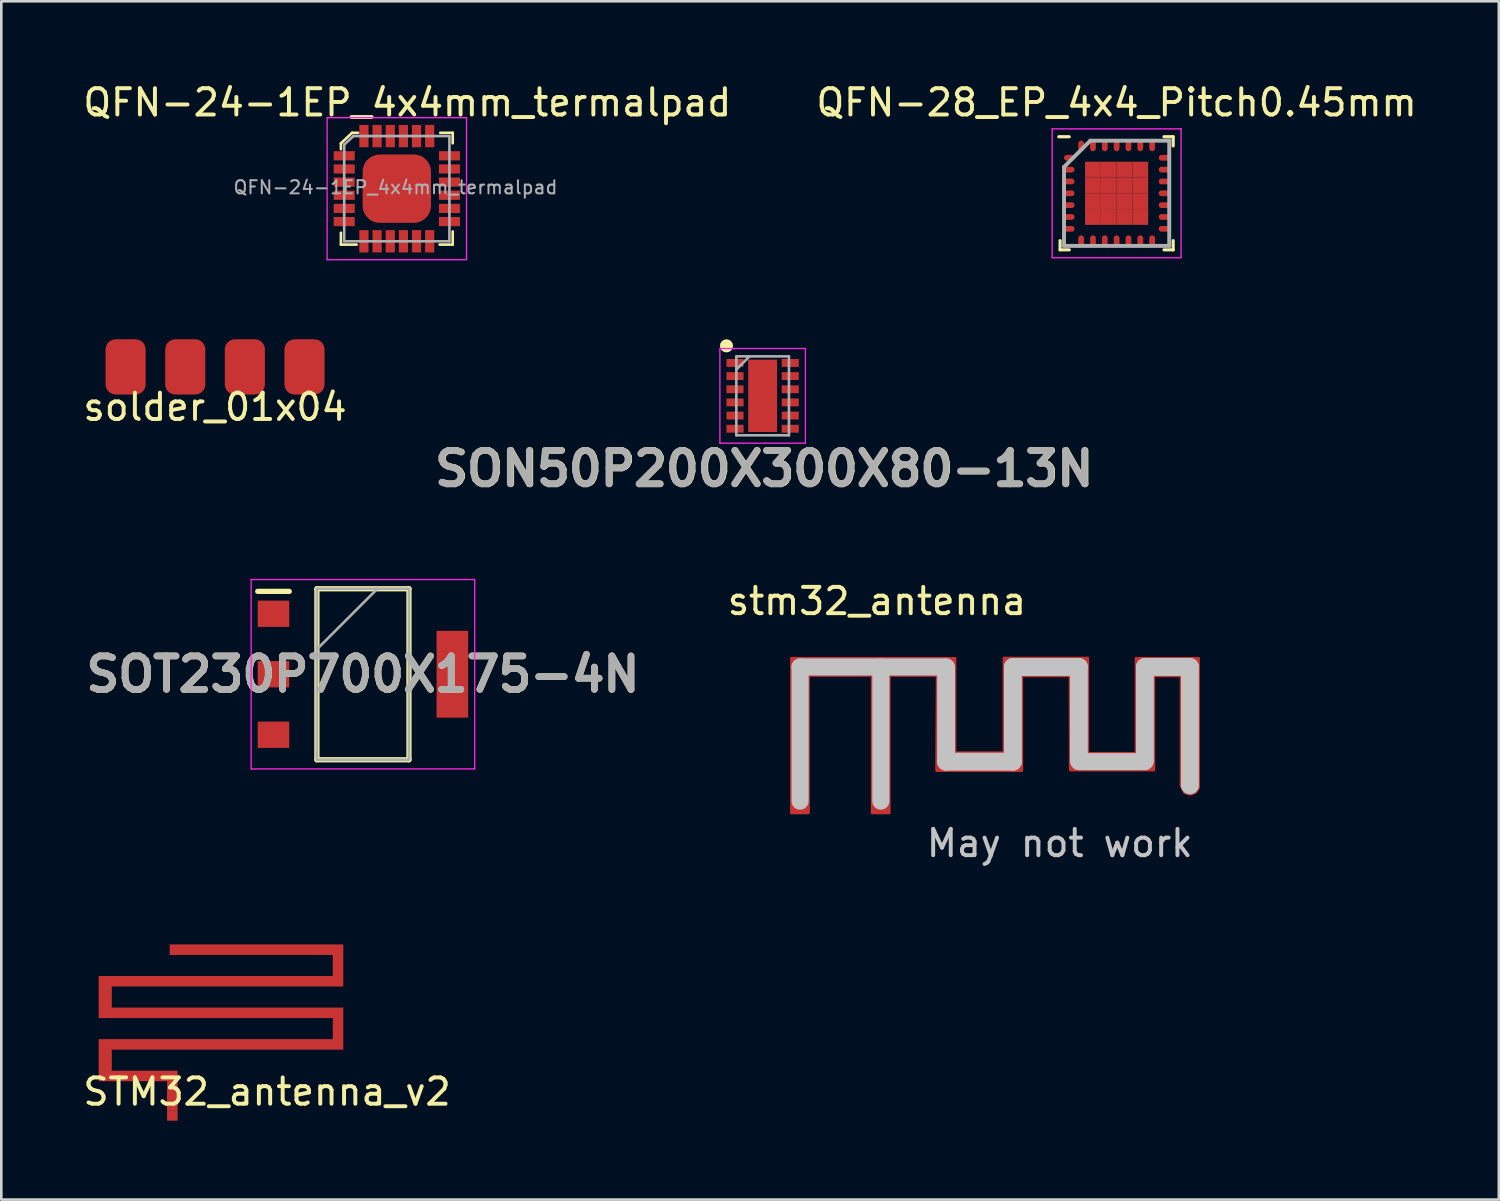
<source format=kicad_pcb>
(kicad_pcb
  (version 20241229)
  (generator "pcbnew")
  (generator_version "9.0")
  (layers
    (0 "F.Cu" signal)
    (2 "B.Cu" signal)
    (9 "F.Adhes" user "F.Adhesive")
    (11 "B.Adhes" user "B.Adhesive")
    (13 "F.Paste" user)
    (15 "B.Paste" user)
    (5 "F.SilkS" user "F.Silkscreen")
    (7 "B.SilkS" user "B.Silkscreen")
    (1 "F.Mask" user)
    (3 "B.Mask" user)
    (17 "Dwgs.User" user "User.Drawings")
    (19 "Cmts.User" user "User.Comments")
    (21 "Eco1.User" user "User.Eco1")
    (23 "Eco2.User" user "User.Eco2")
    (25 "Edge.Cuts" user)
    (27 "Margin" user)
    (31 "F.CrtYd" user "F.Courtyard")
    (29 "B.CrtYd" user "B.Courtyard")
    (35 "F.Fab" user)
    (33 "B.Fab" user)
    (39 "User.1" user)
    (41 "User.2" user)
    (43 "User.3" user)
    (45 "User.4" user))
  (footprint "STM32_antenna_v2"
    (layer "F.Cu")
    (at 3.501 39.153)
    (property "Reference" "STM32_antenna_v2" (at 3.6 -0.7 0) (layer "F.SilkS") (effects (font (size 1 1) (thickness 0.15))))
    (attr exclude_from_pos_files exclude_from_bom)
    (fp_poly (pts (xy 6.5 -4.7) (xy -2.3 -4.7) (xy -2.3 -3.9) (xy 6.5 -3.9) (xy 6.5 -2.3) (xy -2.3 -2.3) (xy -2.3 -1.5) (xy 0.2 -1.5) (xy 0.2 0) (xy -0.2 0) (xy -0.2 -1.1) (xy -2.8 -1.1) (xy -2.8 -2.7) (xy 6.1 -2.7) (xy 6.1 -3.5) (xy -2.8 -3.5) (xy -2.8 -5.1) (xy 6.1 -5.1) (xy 6.1 -5.9) (xy -0.1 -5.9) (xy -0.1 -6.3) (xy 6.5 -6.3)) (stroke (width 0) (type solid)) (fill yes) (layer "F.Cu"))
    (pad "1" smd rect (at 0 0.2) (size 0.4 0.4) (layers "F.Cu")))
  (footprint "stm32_antenna"
    (layer "F.Cu")
    (at 30.435 27.405)
    (property "Reference" "stm32_antenna" (at -0.15 -7.6 0) (layer "F.SilkS") (effects (font (size 1 1) (thickness 0.15))))
    (attr through_hole)
    (fp_poly (pts (xy 7.87 -1.82) (xy 9.7 -1.82) (xy 9.7 -5.43) (xy 12.08 -5.43) (xy 12.08 -0.5) (xy 11.96 -0.33) (xy 11.76 -0.26) (xy 11.55 -0.32) (xy 11.41 -0.59) (xy 11.41 -4.76) (xy 10.38 -4.76) (xy 10.38 -1.18) (xy 7.2 -1.18) (xy 7.19 -4.76) (xy 5.36 -4.76) (xy 5.36 -1.16) (xy 2.12 -1.16) (xy 2.14 -4.78) (xy 0.32 -4.78) (xy 0.32 0.45) (xy -0.33 0.45) (xy -0.33 -4.78) (xy -2.75 -4.78) (xy -2.75 0.45) (xy -3.4 0.45) (xy -3.4 -5.43) (xy 2.82 -5.43) (xy 2.82 -1.84) (xy 4.68 -1.84) (xy 4.68 -5.44) (xy 7.87 -5.44)) (stroke (width 0.1) (type solid)) (fill yes) (layer "F.Cu"))
    (fp_line (start -3.07 -5.1) (end 2.48 -5.1) (stroke (width 0.65) (type solid)) (layer "Dwgs.User"))
    (fp_line (start -3.07 0) (end -3.07 -5.1) (stroke (width 0.65) (type solid)) (layer "Dwgs.User"))
    (fp_line (start 0 0) (end 0 -5.1) (stroke (width 0.65) (type solid)) (layer "Dwgs.User"))
    (fp_line (start 2.48 -5.08) (end 2.48 -1.5) (stroke (width 0.68) (type solid)) (layer "Dwgs.User"))
    (fp_line (start 2.48 -1.5) (end 5.02 -1.5) (stroke (width 0.68) (type solid)) (layer "Dwgs.User"))
    (fp_line (start 5.02 -5.1) (end 7.53 -5.1) (stroke (width 0.68) (type solid)) (layer "Dwgs.User"))
    (fp_line (start 5.02 -1.5) (end 5.02 -5.1) (stroke (width 0.68) (type solid)) (layer "Dwgs.User"))
    (fp_line (start 7.53 -5.1) (end 7.53 -1.55) (stroke (width 0.68) (type solid)) (layer "Dwgs.User"))
    (fp_line (start 7.53 -1.5) (end 10.04 -1.5) (stroke (width 0.65) (type solid)) (layer "Dwgs.User"))
    (fp_line (start 10.04 -5.1) (end 11.75 -5.1) (stroke (width 0.68) (type solid)) (layer "Dwgs.User"))
    (fp_line (start 10.04 -1.55) (end 10.04 -5.1) (stroke (width 0.68) (type solid)) (layer "Dwgs.User"))
    (fp_line (start 11.75 -5.1) (end 11.75 -0.6) (stroke (width 0.68) (type solid)) (layer "Dwgs.User"))
    (fp_text user "May not work" (at 6.8 1.6 0) (layer "Dwgs.User") (effects (font (size 1 1) (thickness 0.15))))
    (pad "1" smd rect (at 0 0.1) (size 0.65 0.7) (layers "F.Cu" "F.Mask" "F.Paste"))
    (pad "2" smd rect (at -3.07 0.1) (size 0.65 0.7) (layers "F.Cu" "F.Mask" "F.Paste")))
  (footprint "SOT230P700X175-4N"
    (layer "F.Cu")
    (at 10.747 22.582)
    (property "Reference" "SOT230P700X175-4N" (at 0 0 0) (layer "F.SilkS") (effects (font (size 1.27 1.27) (thickness 0.254))))
    (attr smd)
    (fp_line (start -4 -3.15) (end -2.8 -3.15) (stroke (width 0.2) (type solid)) (layer "F.SilkS"))
    (fp_line (start -1.75 -3.25) (end 1.75 -3.25) (stroke (width 0.2) (type solid)) (layer "F.SilkS"))
    (fp_line (start -1.75 3.25) (end -1.75 -3.25) (stroke (width 0.2) (type solid)) (layer "F.SilkS"))
    (fp_line (start 1.75 -3.25) (end 1.75 3.25) (stroke (width 0.2) (type solid)) (layer "F.SilkS"))
    (fp_line (start 1.75 3.25) (end -1.75 3.25) (stroke (width 0.2) (type solid)) (layer "F.SilkS"))
    (fp_line (start -4.25 -3.6) (end 4.25 -3.6) (stroke (width 0.05) (type solid)) (layer "F.CrtYd"))
    (fp_line (start -4.25 3.6) (end -4.25 -3.6) (stroke (width 0.05) (type solid)) (layer "F.CrtYd"))
    (fp_line (start 4.25 -3.6) (end 4.25 3.6) (stroke (width 0.05) (type solid)) (layer "F.CrtYd"))
    (fp_line (start 4.25 3.6) (end -4.25 3.6) (stroke (width 0.05) (type solid)) (layer "F.CrtYd"))
    (fp_line (start -1.75 -3.25) (end 1.75 -3.25) (stroke (width 0.1) (type solid)) (layer "F.Fab"))
    (fp_line (start -1.75 -0.95) (end 0.55 -3.25) (stroke (width 0.1) (type solid)) (layer "F.Fab"))
    (fp_line (start -1.75 3.25) (end -1.75 -3.25) (stroke (width 0.1) (type solid)) (layer "F.Fab"))
    (fp_line (start 1.75 -3.25) (end 1.75 3.25) (stroke (width 0.1) (type solid)) (layer "F.Fab"))
    (fp_line (start 1.75 3.25) (end -1.75 3.25) (stroke (width 0.1) (type solid)) (layer "F.Fab"))
    (fp_text user "${REFERENCE}" (at 0 0 0) (layer "F.Fab") (effects (font (size 1.27 1.27) (thickness 0.254))))
    (pad "1" smd rect (at -3.4 -2.3 90) (size 1 1.2) (layers "F.Cu" "F.Mask" "F.Paste"))
    (pad "2" smd rect (at -3.4 0 90) (size 1 1.2) (layers "F.Cu" "F.Mask" "F.Paste"))
    (pad "3" smd rect (at -3.4 2.3 90) (size 1 1.2) (layers "F.Cu" "F.Mask" "F.Paste"))
    (pad "4" smd rect (at 3.4 0) (size 1.2 3.3) (layers "F.Cu" "F.Mask" "F.Paste")))
  (footprint "SON50P200X300X80-13N"
    (layer "F.Cu")
    (at 25.942 11.998)
    (property "Reference" "SON50P200X300X80-13N" (at 0.07 2.77 0) (layer "F.SilkS") (effects (font (size 1.27 1.27) (thickness 0.254))))
    (attr smd)
    (fp_circle (center -1.375 -1.9) (end -1.375 -1.775) (stroke (width 0.25) (type solid)) (fill no) (layer "F.SilkS"))
    (fp_line (start -1.625 -1.8) (end 1.625 -1.8) (stroke (width 0.05) (type solid)) (layer "F.CrtYd"))
    (fp_line (start -1.625 1.8) (end -1.625 -1.8) (stroke (width 0.05) (type solid)) (layer "F.CrtYd"))
    (fp_line (start 1.625 -1.8) (end 1.625 1.8) (stroke (width 0.05) (type solid)) (layer "F.CrtYd"))
    (fp_line (start 1.625 1.8) (end -1.625 1.8) (stroke (width 0.05) (type solid)) (layer "F.CrtYd"))
    (fp_line (start -1 -1.5) (end 1 -1.5) (stroke (width 0.1) (type solid)) (layer "F.Fab"))
    (fp_line (start -1 -1) (end -0.5 -1.5) (stroke (width 0.1) (type solid)) (layer "F.Fab"))
    (fp_line (start -1 1.5) (end -1 -1.5) (stroke (width 0.1) (type solid)) (layer "F.Fab"))
    (fp_line (start 1 -1.5) (end 1 1.5) (stroke (width 0.1) (type solid)) (layer "F.Fab"))
    (fp_line (start 1 1.5) (end -1 1.5) (stroke (width 0.1) (type solid)) (layer "F.Fab"))
    (fp_text user "${REFERENCE}" (at 0.05 2.77 0) (layer "F.Fab") (effects (font (size 1.27 1.27) (thickness 0.254))))
    (pad "1" smd rect (at -1.05 -1.25 90) (size 0.3 0.65) (layers "F.Cu" "F.Mask" "F.Paste"))
    (pad "2" smd rect (at -1.05 -0.75 90) (size 0.3 0.65) (layers "F.Cu" "F.Mask" "F.Paste"))
    (pad "3" smd rect (at -1.05 -0.25 90) (size 0.3 0.65) (layers "F.Cu" "F.Mask" "F.Paste"))
    (pad "4" smd rect (at -1.05 0.25 90) (size 0.3 0.65) (layers "F.Cu" "F.Mask" "F.Paste"))
    (pad "5" smd rect (at -1.05 0.75 90) (size 0.3 0.65) (layers "F.Cu" "F.Mask" "F.Paste"))
    (pad "6" smd rect (at -1.05 1.25 90) (size 0.3 0.65) (layers "F.Cu" "F.Mask" "F.Paste"))
    (pad "7" smd rect (at 1.05 1.25 90) (size 0.3 0.65) (layers "F.Cu" "F.Mask" "F.Paste"))
    (pad "8" smd rect (at 1.05 0.75 90) (size 0.3 0.65) (layers "F.Cu" "F.Mask" "F.Paste"))
    (pad "9" smd rect (at 1.05 0.25 90) (size 0.3 0.65) (layers "F.Cu" "F.Mask" "F.Paste"))
    (pad "10" smd rect (at 1.05 -0.25 90) (size 0.3 0.65) (layers "F.Cu" "F.Mask" "F.Paste"))
    (pad "11" smd rect (at 1.05 -0.75 90) (size 0.3 0.65) (layers "F.Cu" "F.Mask" "F.Paste"))
    (pad "12" smd rect (at 1.05 -1.25 90) (size 0.3 0.65) (layers "F.Cu" "F.Mask" "F.Paste"))
    (pad "13" smd rect (at 0 0) (size 1.1 2.75) (layers "F.Cu" "F.Mask" "F.Paste")))
  (footprint "QFN-24-1EP_4x4mm_termalpad"
    (layer "F.Cu")
    (at 12.035 4.123)
    (property "Reference" "QFN-24-1EP_4x4mm_termalpad" (at 0.4 -3.275 0) (layer "F.SilkS") (effects (font (size 1 1) (thickness 0.15))))
    (attr smd)
    (fp_line (start -2.125 -1.725) (end -2.125 -1.5) (stroke (width 0.1) (type solid)) (layer "F.SilkS"))
    (fp_line (start -2.125 2.125) (end -2.125 1.675) (stroke (width 0.1) (type solid)) (layer "F.SilkS"))
    (fp_line (start -1.7 -2.125) (end -2.125 -1.725) (stroke (width 0.1) (type solid)) (layer "F.SilkS"))
    (fp_line (start -1.525 2.125) (end -2.125 2.125) (stroke (width 0.1) (type solid)) (layer "F.SilkS"))
    (fp_line (start -1.475 -2.125) (end -1.7 -2.125) (stroke (width 0.1) (type solid)) (layer "F.SilkS"))
    (fp_line (start 1.65 -2.125) (end 2.125 -2.125) (stroke (width 0.1) (type solid)) (layer "F.SilkS"))
    (fp_line (start 2.125 -2.125) (end 2.125 -1.725) (stroke (width 0.1) (type solid)) (layer "F.SilkS"))
    (fp_line (start 2.125 1.625) (end 2.125 2.125) (stroke (width 0.1) (type solid)) (layer "F.SilkS"))
    (fp_line (start 2.125 2.125) (end 1.625 2.125) (stroke (width 0.1) (type solid)) (layer "F.SilkS"))
    (fp_line (start -2.65 -2.7) (end -2.65 2.7) (stroke (width 0.05) (type solid)) (layer "F.CrtYd"))
    (fp_line (start -2.65 -2.7) (end 2.65 -2.7) (stroke (width 0.05) (type solid)) (layer "F.CrtYd"))
    (fp_line (start -2.65 2.7) (end 2.65 2.7) (stroke (width 0.05) (type solid)) (layer "F.CrtYd"))
    (fp_line (start 2.65 -2.7) (end 2.65 2.7) (stroke (width 0.05) (type solid)) (layer "F.CrtYd"))
    (fp_line (start -2 -1.675) (end -2 2) (stroke (width 0.1) (type solid)) (layer "F.Fab"))
    (fp_line (start -2 2) (end 2 2) (stroke (width 0.1) (type solid)) (layer "F.Fab"))
    (fp_line (start -1.65 -2) (end -2 -1.675) (stroke (width 0.1) (type solid)) (layer "F.Fab"))
    (fp_line (start -1.65 -2) (end 2 -2) (stroke (width 0.1) (type solid)) (layer "F.Fab"))
    (fp_line (start 2 -2) (end 2 2) (stroke (width 0.1) (type solid)) (layer "F.Fab"))
    (fp_text user "${REFERENCE}" (at -0.05 -0.05 0) (layer "F.Fab") (effects (font (size 0.5 0.5) (thickness 0.075))))
    (pad "1" smd rect (at -2 -1.25) (size 0.8 0.35) (layers "F.Cu" "F.Mask" "F.Paste"))
    (pad "2" smd rect (at -2 -0.75) (size 0.8 0.35) (layers "F.Cu" "F.Mask" "F.Paste"))
    (pad "3" smd rect (at -2 -0.25) (size 0.8 0.35) (layers "F.Cu" "F.Mask" "F.Paste"))
    (pad "4" smd rect (at -2 0.25) (size 0.8 0.35) (layers "F.Cu" "F.Mask" "F.Paste"))
    (pad "5" smd rect (at -2 0.75) (size 0.8 0.35) (layers "F.Cu" "F.Mask" "F.Paste"))
    (pad "6" smd rect (at -2 1.25) (size 0.8 0.35) (layers "F.Cu" "F.Mask" "F.Paste"))
    (pad "7" smd rect (at -1.25 2) (size 0.35 0.85) (layers "F.Cu" "F.Mask" "F.Paste"))
    (pad "8" smd rect (at -0.75 2) (size 0.35 0.85) (layers "F.Cu" "F.Mask" "F.Paste"))
    (pad "9" smd rect (at -0.25 2) (size 0.35 0.85) (layers "F.Cu" "F.Mask" "F.Paste"))
    (pad "10" smd rect (at 0.25 2) (size 0.35 0.85) (layers "F.Cu" "F.Mask" "F.Paste"))
    (pad "11" smd rect (at 0.75 2) (size 0.35 0.85) (layers "F.Cu" "F.Mask" "F.Paste"))
    (pad "12" smd rect (at 1.25 2) (size 0.35 0.85) (layers "F.Cu" "F.Mask" "F.Paste"))
    (pad "13" smd rect (at 2 1.25) (size 0.8 0.35) (layers "F.Cu" "F.Mask" "F.Paste"))
    (pad "14" smd rect (at 2 0.75) (size 0.8 0.35) (layers "F.Cu" "F.Mask" "F.Paste"))
    (pad "15" smd rect (at 2 0.25) (size 0.8 0.35) (layers "F.Cu" "F.Mask" "F.Paste"))
    (pad "16" smd rect (at 2 -0.25) (size 0.8 0.35) (layers "F.Cu" "F.Mask" "F.Paste"))
    (pad "17" smd rect (at 2 -0.75) (size 0.8 0.35) (layers "F.Cu" "F.Mask" "F.Paste"))
    (pad "18" smd rect (at 2 -1.25) (size 0.8 0.35) (layers "F.Cu" "F.Mask" "F.Paste"))
    (pad "19" smd rect (at 1.25 -2) (size 0.35 0.85) (layers "F.Cu" "F.Mask" "F.Paste"))
    (pad "20" smd rect (at 0.75 -2) (size 0.35 0.85) (layers "F.Cu" "F.Mask" "F.Paste"))
    (pad "21" smd rect (at 0.25 -2) (size 0.35 0.85) (layers "F.Cu" "F.Mask" "F.Paste"))
    (pad "22" smd rect (at -0.25 -2) (size 0.35 0.85) (layers "F.Cu" "F.Mask" "F.Paste"))
    (pad "23" smd rect (at -0.75 -2) (size 0.35 0.85) (layers "F.Cu" "F.Mask" "F.Paste"))
    (pad "24" smd rect (at -1.25 -2) (size 0.35 0.85) (layers "F.Cu" "F.Mask" "F.Paste"))
    (pad "25" smd roundrect (at 0 0) (size 2.6 2.6) (layers "F.Cu" "F.Mask" "F.Paste") (roundrect_rratio 0.25)))
  (footprint "solder_01x04"
    (layer "F.Cu")
    (at 5.125 10.898)
    (property "Reference" "solder_01x04" (at 0 1.524 0) (layer "F.SilkS") (effects (font (size 1 1) (thickness 0.15))))
    (attr smd)
    (pad "1" connect roundrect (at -3.4 0) (size 1.524 2.1) (layers "F.Cu" "F.Mask") (roundrect_rratio 0.25))
    (pad "2" connect roundrect (at -1.133 0) (size 1.524 2.1) (layers "F.Cu" "F.Mask") (roundrect_rratio 0.25))
    (pad "3" connect roundrect (at 1.133 0) (size 1.524 2.1) (layers "F.Cu" "F.Mask") (roundrect_rratio 0.25))
    (pad "4" connect roundrect (at 3.4 0) (size 1.524 2.1) (layers "F.Cu" "F.Mask") (roundrect_rratio 0.25)))
  (footprint "QFN-28_EP_4x4_Pitch0.45mm"
    (layer "F.Cu")
    (at 39.399 4.298)
    (property "Reference" "QFN-28_EP_4x4_Pitch0.45mm" (at 0 -3.45 0) (layer "F.SilkS") (effects (font (size 1 1) (thickness 0.15))))
    (attr smd)
    (fp_line (start -2.15 2.15) (end -2.15 1.8) (stroke (width 0.12) (type solid)) (layer "F.SilkS"))
    (fp_line (start -1.8 -2.15) (end -2.2 -2.15) (stroke (width 0.12) (type solid)) (layer "F.SilkS"))
    (fp_line (start -1.8 2.15) (end -2.15 2.15) (stroke (width 0.12) (type solid)) (layer "F.SilkS"))
    (fp_line (start 1.8 -2.15) (end 2.15 -2.15) (stroke (width 0.12) (type solid)) (layer "F.SilkS"))
    (fp_line (start 1.8 2.15) (end 2.15 2.15) (stroke (width 0.12) (type solid)) (layer "F.SilkS"))
    (fp_line (start 2.15 -2.15) (end 2.15 -1.8) (stroke (width 0.12) (type solid)) (layer "F.SilkS"))
    (fp_line (start 2.15 2.15) (end 2.15 1.8) (stroke (width 0.12) (type solid)) (layer "F.SilkS"))
    (fp_line (start -2.45 -2.45) (end 2.45 -2.45) (stroke (width 0.05) (type solid)) (layer "F.CrtYd"))
    (fp_line (start -2.45 2.45) (end -2.45 -2.45) (stroke (width 0.05) (type solid)) (layer "F.CrtYd"))
    (fp_line (start 2.45 -2.45) (end 2.45 2.45) (stroke (width 0.05) (type solid)) (layer "F.CrtYd"))
    (fp_line (start 2.45 2.45) (end -2.45 2.45) (stroke (width 0.05) (type solid)) (layer "F.CrtYd"))
    (fp_line (start -2 -1) (end -2 2) (stroke (width 0.15) (type solid)) (layer "F.Fab"))
    (fp_line (start -2 2) (end 2 2) (stroke (width 0.15) (type solid)) (layer "F.Fab"))
    (fp_line (start -1 -2) (end -2 -1) (stroke (width 0.15) (type solid)) (layer "F.Fab"))
    (fp_line (start 2 -2) (end -1 -2) (stroke (width 0.15) (type solid)) (layer "F.Fab"))
    (fp_line (start 2 2) (end 2 -2) (stroke (width 0.15) (type solid)) (layer "F.Fab"))
    (pad "1" smd oval (at -1.8 -1.35 90) (size 0.22 0.4) (layers "F.Cu" "F.Mask" "F.Paste"))
    (pad "2" smd oval (at -1.8 -0.9 90) (size 0.22 0.4) (layers "F.Cu" "F.Mask" "F.Paste"))
    (pad "3" smd oval (at -1.8 -0.45 90) (size 0.22 0.4) (layers "F.Cu" "F.Mask" "F.Paste"))
    (pad "4" smd oval (at -1.8 0 90) (size 0.22 0.4) (layers "F.Cu" "F.Mask" "F.Paste"))
    (pad "5" smd oval (at -1.8 0.45 90) (size 0.22 0.4) (layers "F.Cu" "F.Mask" "F.Paste"))
    (pad "6" smd oval (at -1.8 0.9 90) (size 0.22 0.4) (layers "F.Cu" "F.Mask" "F.Paste"))
    (pad "7" smd oval (at -1.8 1.35 90) (size 0.22 0.4) (layers "F.Cu" "F.Mask" "F.Paste"))
    (pad "8" smd oval (at -1.35 1.8) (size 0.22 0.4) (layers "F.Cu" "F.Mask" "F.Paste"))
    (pad "9" smd oval (at -0.9 1.8) (size 0.22 0.4) (layers "F.Cu" "F.Mask" "F.Paste"))
    (pad "10" smd oval (at -0.45 1.8) (size 0.22 0.4) (layers "F.Cu" "F.Mask" "F.Paste"))
    (pad "11" smd oval (at 0 1.8) (size 0.22 0.4) (layers "F.Cu" "F.Mask" "F.Paste"))
    (pad "12" smd oval (at 0.45 1.8) (size 0.22 0.4) (layers "F.Cu" "F.Mask" "F.Paste"))
    (pad "13" smd oval (at 0.9 1.8) (size 0.22 0.4) (layers "F.Cu" "F.Mask" "F.Paste"))
    (pad "14" smd oval (at 1.35 1.8) (size 0.22 0.4) (layers "F.Cu" "F.Mask" "F.Paste"))
    (pad "15" smd oval (at 1.8 1.35 90) (size 0.22 0.4) (layers "F.Cu" "F.Mask" "F.Paste"))
    (pad "16" smd oval (at 1.8 0.9 90) (size 0.22 0.4) (layers "F.Cu" "F.Mask" "F.Paste"))
    (pad "17" smd oval (at 1.8 0.45 90) (size 0.22 0.4) (layers "F.Cu" "F.Mask" "F.Paste"))
    (pad "18" smd oval (at 1.8 0 90) (size 0.22 0.4) (layers "F.Cu" "F.Mask" "F.Paste"))
    (pad "19" smd oval (at 1.8 -0.45 90) (size 0.22 0.4) (layers "F.Cu" "F.Mask" "F.Paste"))
    (pad "20" smd oval (at 1.8 -0.9 90) (size 0.22 0.4) (layers "F.Cu" "F.Mask" "F.Paste"))
    (pad "21" smd oval (at 1.8 -1.35 90) (size 0.22 0.4) (layers "F.Cu" "F.Mask" "F.Paste"))
    (pad "22" smd oval (at 1.35 -1.8) (size 0.22 0.4) (layers "F.Cu" "F.Mask" "F.Paste"))
    (pad "23" smd oval (at 0.9 -1.8) (size 0.22 0.4) (layers "F.Cu" "F.Mask" "F.Paste"))
    (pad "24" smd oval (at 0.45 -1.8) (size 0.22 0.4) (layers "F.Cu" "F.Mask" "F.Paste"))
    (pad "25" smd oval (at 0 -1.8) (size 0.22 0.4) (layers "F.Cu" "F.Mask" "F.Paste"))
    (pad "26" smd oval (at -0.45 -1.8) (size 0.22 0.4) (layers "F.Cu" "F.Mask" "F.Paste"))
    (pad "27" smd oval (at -0.9 -1.8) (size 0.22 0.4) (layers "F.Cu" "F.Mask" "F.Paste"))
    (pad "28" smd oval (at -1.35 -1.8) (size 0.22 0.4) (layers "F.Cu" "F.Mask" "F.Paste"))
    (pad "29" smd rect (at -0.9 -0.9) (size 0.6 0.6) (layers "F.Cu" "F.Mask" "F.Paste"))
    (pad "29" smd rect (at -0.9 -0.3) (size 0.6 0.6) (layers "F.Cu" "F.Mask" "F.Paste"))
    (pad "29" smd rect (at -0.9 0.3) (size 0.6 0.6) (layers "F.Cu" "F.Mask" "F.Paste"))
    (pad "29" smd rect (at -0.9 0.9) (size 0.6 0.6) (layers "F.Cu" "F.Mask" "F.Paste"))
    (pad "29" smd rect (at -0.3 -0.9) (size 0.6 0.6) (layers "F.Cu" "F.Mask" "F.Paste"))
    (pad "29" smd rect (at -0.3 -0.3) (size 0.6 0.6) (layers "F.Cu" "F.Mask" "F.Paste"))
    (pad "29" smd rect (at -0.3 0.3) (size 0.6 0.6) (layers "F.Cu" "F.Mask" "F.Paste"))
    (pad "29" smd rect (at -0.3 0.9) (size 0.6 0.6) (layers "F.Cu" "F.Mask" "F.Paste"))
    (pad "29" smd rect (at 0.3 -0.9) (size 0.6 0.6) (layers "F.Cu" "F.Mask" "F.Paste"))
    (pad "29" smd rect (at 0.3 -0.3) (size 0.6 0.6) (layers "F.Cu" "F.Mask" "F.Paste"))
    (pad "29" smd rect (at 0.3 0.3) (size 0.6 0.6) (layers "F.Cu" "F.Mask" "F.Paste"))
    (pad "29" smd rect (at 0.3 0.9) (size 0.6 0.6) (layers "F.Cu" "F.Mask" "F.Paste"))
    (pad "29" smd rect (at 0.9 -0.9) (size 0.6 0.6) (layers "F.Cu" "F.Mask" "F.Paste"))
    (pad "29" smd rect (at 0.9 -0.3) (size 0.6 0.6) (layers "F.Cu" "F.Mask" "F.Paste"))
    (pad "29" smd rect (at 0.9 0.3) (size 0.6 0.6) (layers "F.Cu" "F.Mask" "F.Paste"))
    (pad "29" smd rect (at 0.9 0.9) (size 0.6 0.6) (layers "F.Cu" "F.Mask" "F.Paste")))
  (gr_rect
    (start -3 -3)
    (end 53.929 42.553)
    (stroke (width 0.1) (type default))
    (fill no)
    (layer "Edge.Cuts")))
</source>
